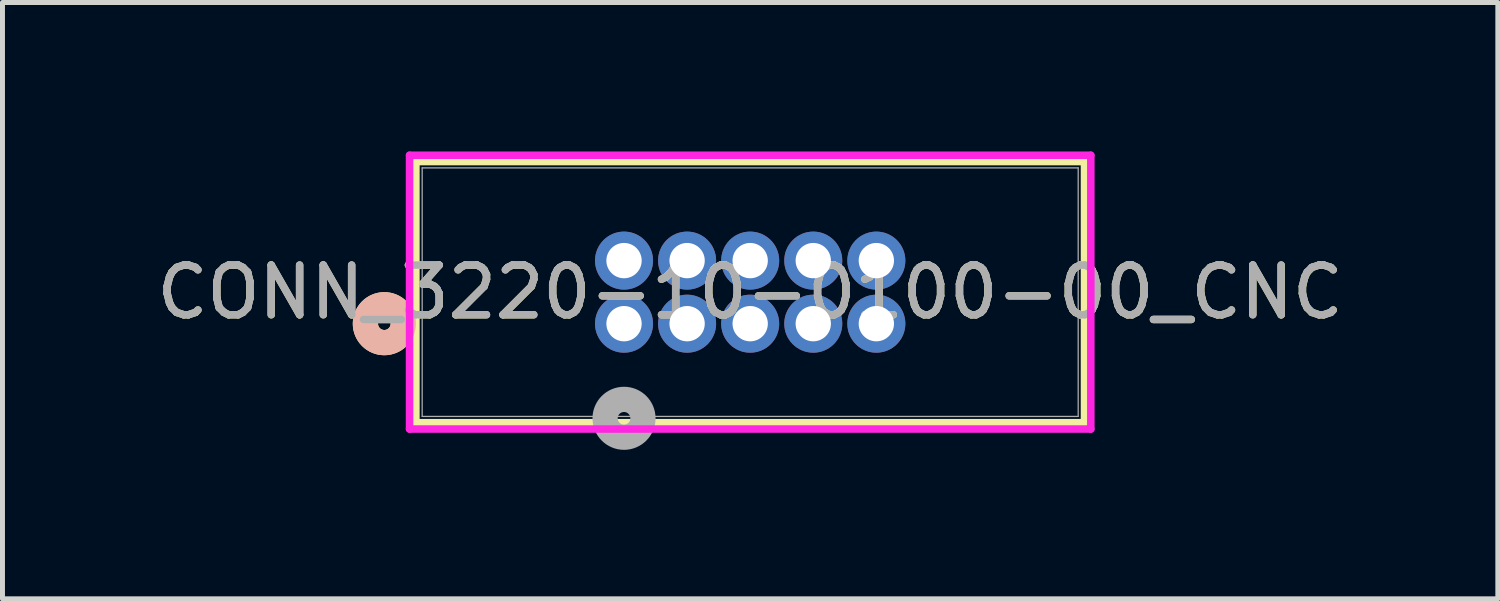
<source format=kicad_pcb>
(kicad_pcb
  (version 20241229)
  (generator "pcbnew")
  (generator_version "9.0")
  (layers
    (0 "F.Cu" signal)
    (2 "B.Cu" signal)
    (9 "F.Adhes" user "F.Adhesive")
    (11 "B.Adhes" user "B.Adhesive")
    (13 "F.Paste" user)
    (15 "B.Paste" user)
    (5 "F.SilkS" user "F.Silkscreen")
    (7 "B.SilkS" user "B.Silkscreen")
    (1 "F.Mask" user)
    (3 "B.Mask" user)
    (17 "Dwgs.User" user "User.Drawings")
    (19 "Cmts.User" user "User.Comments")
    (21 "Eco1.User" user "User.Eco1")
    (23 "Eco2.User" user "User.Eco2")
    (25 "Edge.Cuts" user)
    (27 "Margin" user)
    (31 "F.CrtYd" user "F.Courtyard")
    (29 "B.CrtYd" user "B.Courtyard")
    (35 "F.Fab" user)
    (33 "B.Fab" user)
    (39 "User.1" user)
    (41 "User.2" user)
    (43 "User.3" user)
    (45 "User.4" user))
  (footprint "CONN_3220-10-0100-00_CNC"
    (layer "F.Cu")
    (at 9.514 3.467)
    (property "Reference" "CONN_3220-10-0100-00_CNC" (at 2.54 -0.635 0) (unlocked yes) (layer "F.SilkS") (effects (font (size 1 1) (thickness 0.15))))
    (attr through_hole)
    (fp_line (start -4.191 -3.264) (end -4.191 1.994) (stroke (width 0.152) (type solid)) (layer "F.SilkS"))
    (fp_line (start -4.191 1.994) (end 9.271 1.994) (stroke (width 0.152) (type solid)) (layer "F.SilkS"))
    (fp_line (start 9.271 -3.264) (end -4.191 -3.264) (stroke (width 0.152) (type solid)) (layer "F.SilkS"))
    (fp_line (start 9.271 1.994) (end 9.271 -3.264) (stroke (width 0.152) (type solid)) (layer "F.SilkS"))
    (fp_circle (center -4.826 0) (end -4.445 0) (stroke (width 0.508) (type solid)) (fill no) (layer "F.SilkS"))
    (fp_circle (center -4.826 0) (end -4.445 0) (stroke (width 0.508) (type solid)) (fill no) (layer "B.SilkS"))
    (fp_line (start -4.318 -3.391) (end -4.318 2.121) (stroke (width 0.152) (type solid)) (layer "F.CrtYd"))
    (fp_line (start -4.318 2.121) (end 9.398 2.121) (stroke (width 0.152) (type solid)) (layer "F.CrtYd"))
    (fp_line (start 9.398 -3.391) (end -4.318 -3.391) (stroke (width 0.152) (type solid)) (layer "F.CrtYd"))
    (fp_line (start 9.398 2.121) (end 9.398 -3.391) (stroke (width 0.152) (type solid)) (layer "F.CrtYd"))
    (fp_line (start -4.064 -3.137) (end -4.064 1.867) (stroke (width 0.025) (type solid)) (layer "F.Fab"))
    (fp_line (start -4.064 1.867) (end 9.144 1.867) (stroke (width 0.025) (type solid)) (layer "F.Fab"))
    (fp_line (start 9.144 -3.137) (end -4.064 -3.137) (stroke (width 0.025) (type solid)) (layer "F.Fab"))
    (fp_line (start 9.144 1.867) (end 9.144 -3.137) (stroke (width 0.025) (type solid)) (layer "F.Fab"))
    (fp_circle (center 0 1.905) (end 0.381 1.905) (stroke (width 0.508) (type solid)) (fill no) (layer "F.Fab"))
    (fp_text user "${REFERENCE}" (at 2.54 -0.635 0) (unlocked yes) (layer "F.Fab") (effects (font (size 1 1) (thickness 0.15))))
    (pad "1" thru_hole circle (at 0 0) (size 1.168 1.168) (drill 0.711) (layers "*.Cu" "*.Mask"))
    (pad "2" thru_hole circle (at 0 -1.27) (size 1.168 1.168) (drill 0.711) (layers "*.Cu" "*.Mask"))
    (pad "3" thru_hole circle (at 1.27 0) (size 1.168 1.168) (drill 0.711) (layers "*.Cu" "*.Mask"))
    (pad "4" thru_hole circle (at 1.27 -1.27) (size 1.168 1.168) (drill 0.711) (layers "*.Cu" "*.Mask"))
    (pad "5" thru_hole circle (at 2.54 0) (size 1.168 1.168) (drill 0.711) (layers "*.Cu" "*.Mask"))
    (pad "6" thru_hole circle (at 2.54 -1.27) (size 1.168 1.168) (drill 0.711) (layers "*.Cu" "*.Mask"))
    (pad "7" thru_hole circle (at 3.81 0) (size 1.168 1.168) (drill 0.711) (layers "*.Cu" "*.Mask"))
    (pad "8" thru_hole circle (at 3.81 -1.27) (size 1.168 1.168) (drill 0.711) (layers "*.Cu" "*.Mask"))
    (pad "9" thru_hole circle (at 5.08 0) (size 1.168 1.168) (drill 0.711) (layers "*.Cu" "*.Mask"))
    (pad "10" thru_hole circle (at 5.08 -1.27) (size 1.168 1.168) (drill 0.711) (layers "*.Cu" "*.Mask")))
  (gr_rect
    (start -3 -3)
    (end 27.107 9.007)
    (stroke (width 0.1) (type default))
    (fill no)
    (layer "Edge.Cuts")))
</source>
